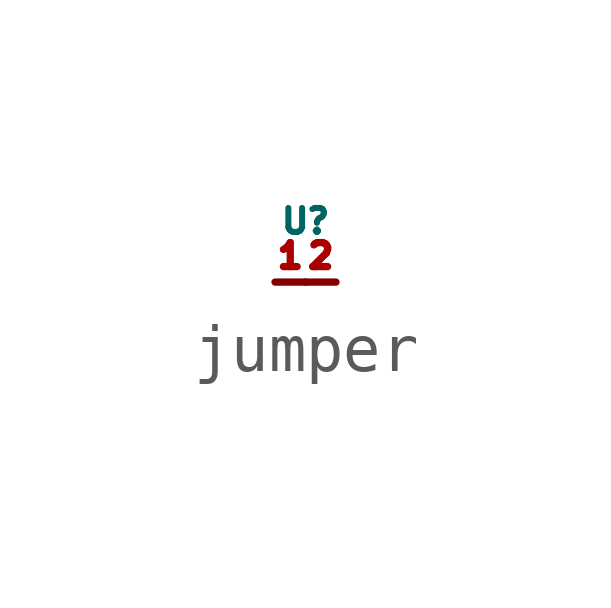
<source format=kicad_sym>
(kicad_symbol_lib
  (version 20211014)
  (generator kicad_symbol_editor)
  (symbol "jumper"
    (property "Reference" "U"
      (at 0 1.27 0)
      (effects (font (size 0.5 0.5))))
    (symbol "jumper_1_1"
      (pin input line (at -0.635 0 0) (length 0.635) (name "" (effects (font (size 0.5 0.5)))) (number "1" (effects (font (size 0.5 0.5)))))
      (pin input line (at 0.635 0 180) (length 0.635) (name "" (effects (font (size 0.5 0.5)))) (number "2" (effects (font (size 0.5 0.5))))))))
</source>
